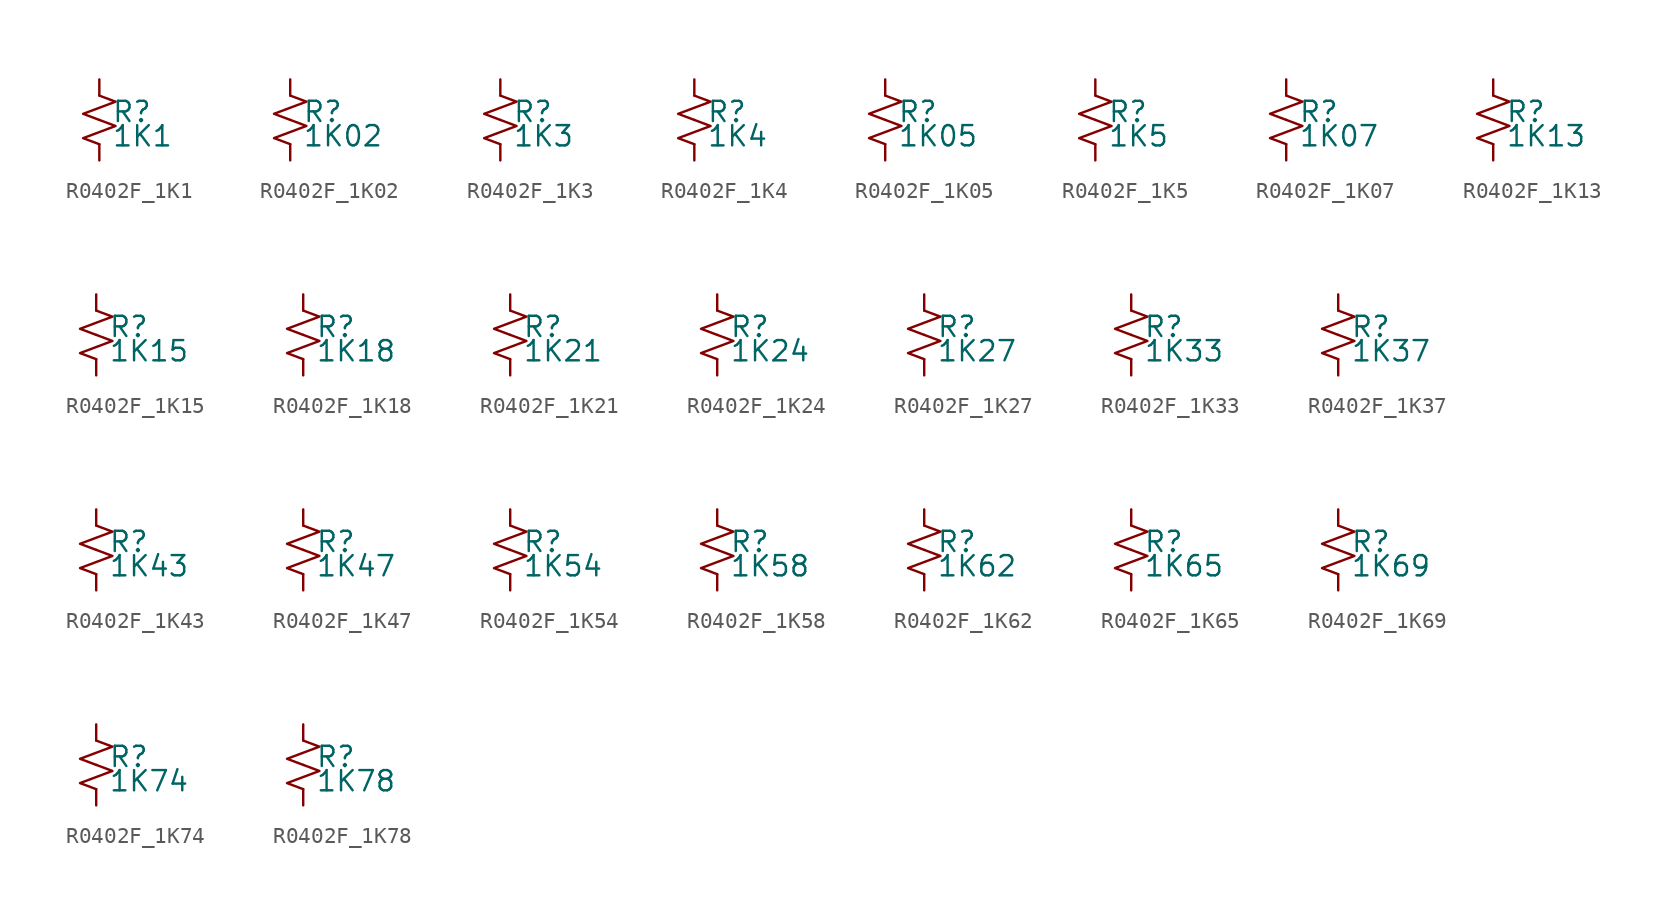
<source format=kicad_sym>
(kicad_symbol_lib
  (version 20220914)
  (generator kicad_symbol_editor)
  (symbol "R0402F_1K1"
    (pin_numbers hide)
    (pin_names
      (offset 0.254) hide)
    (property "Reference" "R"
      (at 0.762 0.508 0)
      (effects (font (size 1.27 1.27)) (justify left)))
    (property "Value" "1K1"
      (at 0.762 -1.016 0)
      (effects (font (size 1.27 1.27)) (justify left)))
    (symbol "R0402F_1K1_1_1"
      (polyline (pts (xy 0 0) (xy 1.016 -0.381) (xy 0 -0.762) (xy -1.016 -1.143) (xy 0 -1.524)) (stroke (width 0) (type default)) (fill (type none)))
      (polyline (pts (xy 0 1.524) (xy 1.016 1.143) (xy 0 0.762) (xy -1.016 0.381) (xy 0 0)) (stroke (width 0) (type default)) (fill (type none)))
      (pin passive line (at 0 2.54 270) (length 1.016) (name "~" (effects (font (size 1.27 1.27)))) (number "1" (effects (font (size 1.27 1.27)))))
      (pin passive line (at 0 -2.54 90) (length 1.016) (name "~" (effects (font (size 1.27 1.27)))) (number "2" (effects (font (size 1.27 1.27)))))))
  (symbol "R0402F_1K02"
    (pin_numbers hide)
    (pin_names
      (offset 0.254) hide)
    (property "Reference" "R"
      (at 0.762 0.508 0)
      (effects (font (size 1.27 1.27)) (justify left)))
    (property "Value" "1K02"
      (at 0.762 -1.016 0)
      (effects (font (size 1.27 1.27)) (justify left)))
    (symbol "R0402F_1K02_1_1"
      (polyline (pts (xy 0 0) (xy 1.016 -0.381) (xy 0 -0.762) (xy -1.016 -1.143) (xy 0 -1.524)) (stroke (width 0) (type default)) (fill (type none)))
      (polyline (pts (xy 0 1.524) (xy 1.016 1.143) (xy 0 0.762) (xy -1.016 0.381) (xy 0 0)) (stroke (width 0) (type default)) (fill (type none)))
      (pin passive line (at 0 2.54 270) (length 1.016) (name "~" (effects (font (size 1.27 1.27)))) (number "1" (effects (font (size 1.27 1.27)))))
      (pin passive line (at 0 -2.54 90) (length 1.016) (name "~" (effects (font (size 1.27 1.27)))) (number "2" (effects (font (size 1.27 1.27)))))))
  (symbol "R0402F_1K3"
    (pin_numbers hide)
    (pin_names
      (offset 0.254) hide)
    (property "Reference" "R"
      (at 0.762 0.508 0)
      (effects (font (size 1.27 1.27)) (justify left)))
    (property "Value" "1K3"
      (at 0.762 -1.016 0)
      (effects (font (size 1.27 1.27)) (justify left)))
    (symbol "R0402F_1K3_1_1"
      (polyline (pts (xy 0 0) (xy 1.016 -0.381) (xy 0 -0.762) (xy -1.016 -1.143) (xy 0 -1.524)) (stroke (width 0) (type default)) (fill (type none)))
      (polyline (pts (xy 0 1.524) (xy 1.016 1.143) (xy 0 0.762) (xy -1.016 0.381) (xy 0 0)) (stroke (width 0) (type default)) (fill (type none)))
      (pin passive line (at 0 2.54 270) (length 1.016) (name "~" (effects (font (size 1.27 1.27)))) (number "1" (effects (font (size 1.27 1.27)))))
      (pin passive line (at 0 -2.54 90) (length 1.016) (name "~" (effects (font (size 1.27 1.27)))) (number "2" (effects (font (size 1.27 1.27)))))))
  (symbol "R0402F_1K4"
    (pin_numbers hide)
    (pin_names
      (offset 0.254) hide)
    (property "Reference" "R"
      (at 0.762 0.508 0)
      (effects (font (size 1.27 1.27)) (justify left)))
    (property "Value" "1K4"
      (at 0.762 -1.016 0)
      (effects (font (size 1.27 1.27)) (justify left)))
    (symbol "R0402F_1K4_1_1"
      (polyline (pts (xy 0 0) (xy 1.016 -0.381) (xy 0 -0.762) (xy -1.016 -1.143) (xy 0 -1.524)) (stroke (width 0) (type default)) (fill (type none)))
      (polyline (pts (xy 0 1.524) (xy 1.016 1.143) (xy 0 0.762) (xy -1.016 0.381) (xy 0 0)) (stroke (width 0) (type default)) (fill (type none)))
      (pin passive line (at 0 2.54 270) (length 1.016) (name "~" (effects (font (size 1.27 1.27)))) (number "1" (effects (font (size 1.27 1.27)))))
      (pin passive line (at 0 -2.54 90) (length 1.016) (name "~" (effects (font (size 1.27 1.27)))) (number "2" (effects (font (size 1.27 1.27)))))))
  (symbol "R0402F_1K05"
    (pin_numbers hide)
    (pin_names
      (offset 0.254) hide)
    (property "Reference" "R"
      (at 0.762 0.508 0)
      (effects (font (size 1.27 1.27)) (justify left)))
    (property "Value" "1K05"
      (at 0.762 -1.016 0)
      (effects (font (size 1.27 1.27)) (justify left)))
    (symbol "R0402F_1K05_1_1"
      (polyline (pts (xy 0 0) (xy 1.016 -0.381) (xy 0 -0.762) (xy -1.016 -1.143) (xy 0 -1.524)) (stroke (width 0) (type default)) (fill (type none)))
      (polyline (pts (xy 0 1.524) (xy 1.016 1.143) (xy 0 0.762) (xy -1.016 0.381) (xy 0 0)) (stroke (width 0) (type default)) (fill (type none)))
      (pin passive line (at 0 2.54 270) (length 1.016) (name "~" (effects (font (size 1.27 1.27)))) (number "1" (effects (font (size 1.27 1.27)))))
      (pin passive line (at 0 -2.54 90) (length 1.016) (name "~" (effects (font (size 1.27 1.27)))) (number "2" (effects (font (size 1.27 1.27)))))))
  (symbol "R0402F_1K5"
    (pin_numbers hide)
    (pin_names
      (offset 0.254) hide)
    (property "Reference" "R"
      (at 0.762 0.508 0)
      (effects (font (size 1.27 1.27)) (justify left)))
    (property "Value" "1K5"
      (at 0.762 -1.016 0)
      (effects (font (size 1.27 1.27)) (justify left)))
    (symbol "R0402F_1K5_1_1"
      (polyline (pts (xy 0 0) (xy 1.016 -0.381) (xy 0 -0.762) (xy -1.016 -1.143) (xy 0 -1.524)) (stroke (width 0) (type default)) (fill (type none)))
      (polyline (pts (xy 0 1.524) (xy 1.016 1.143) (xy 0 0.762) (xy -1.016 0.381) (xy 0 0)) (stroke (width 0) (type default)) (fill (type none)))
      (pin passive line (at 0 2.54 270) (length 1.016) (name "~" (effects (font (size 1.27 1.27)))) (number "1" (effects (font (size 1.27 1.27)))))
      (pin passive line (at 0 -2.54 90) (length 1.016) (name "~" (effects (font (size 1.27 1.27)))) (number "2" (effects (font (size 1.27 1.27)))))))
  (symbol "R0402F_1K07"
    (pin_numbers hide)
    (pin_names
      (offset 0.254) hide)
    (property "Reference" "R"
      (at 0.762 0.508 0)
      (effects (font (size 1.27 1.27)) (justify left)))
    (property "Value" "1K07"
      (at 0.762 -1.016 0)
      (effects (font (size 1.27 1.27)) (justify left)))
    (symbol "R0402F_1K07_1_1"
      (polyline (pts (xy 0 0) (xy 1.016 -0.381) (xy 0 -0.762) (xy -1.016 -1.143) (xy 0 -1.524)) (stroke (width 0) (type default)) (fill (type none)))
      (polyline (pts (xy 0 1.524) (xy 1.016 1.143) (xy 0 0.762) (xy -1.016 0.381) (xy 0 0)) (stroke (width 0) (type default)) (fill (type none)))
      (pin passive line (at 0 2.54 270) (length 1.016) (name "~" (effects (font (size 1.27 1.27)))) (number "1" (effects (font (size 1.27 1.27)))))
      (pin passive line (at 0 -2.54 90) (length 1.016) (name "~" (effects (font (size 1.27 1.27)))) (number "2" (effects (font (size 1.27 1.27)))))))
  (symbol "R0402F_1K13"
    (pin_numbers hide)
    (pin_names
      (offset 0.254) hide)
    (property "Reference" "R"
      (at 0.762 0.508 0)
      (effects (font (size 1.27 1.27)) (justify left)))
    (property "Value" "1K13"
      (at 0.762 -1.016 0)
      (effects (font (size 1.27 1.27)) (justify left)))
    (symbol "R0402F_1K13_1_1"
      (polyline (pts (xy 0 0) (xy 1.016 -0.381) (xy 0 -0.762) (xy -1.016 -1.143) (xy 0 -1.524)) (stroke (width 0) (type default)) (fill (type none)))
      (polyline (pts (xy 0 1.524) (xy 1.016 1.143) (xy 0 0.762) (xy -1.016 0.381) (xy 0 0)) (stroke (width 0) (type default)) (fill (type none)))
      (pin passive line (at 0 2.54 270) (length 1.016) (name "~" (effects (font (size 1.27 1.27)))) (number "1" (effects (font (size 1.27 1.27)))))
      (pin passive line (at 0 -2.54 90) (length 1.016) (name "~" (effects (font (size 1.27 1.27)))) (number "2" (effects (font (size 1.27 1.27)))))))
  (symbol "R0402F_1K15"
    (pin_numbers hide)
    (pin_names
      (offset 0.254) hide)
    (property "Reference" "R"
      (at 0.762 0.508 0)
      (effects (font (size 1.27 1.27)) (justify left)))
    (property "Value" "1K15"
      (at 0.762 -1.016 0)
      (effects (font (size 1.27 1.27)) (justify left)))
    (symbol "R0402F_1K15_1_1"
      (polyline (pts (xy 0 0) (xy 1.016 -0.381) (xy 0 -0.762) (xy -1.016 -1.143) (xy 0 -1.524)) (stroke (width 0) (type default)) (fill (type none)))
      (polyline (pts (xy 0 1.524) (xy 1.016 1.143) (xy 0 0.762) (xy -1.016 0.381) (xy 0 0)) (stroke (width 0) (type default)) (fill (type none)))
      (pin passive line (at 0 2.54 270) (length 1.016) (name "~" (effects (font (size 1.27 1.27)))) (number "1" (effects (font (size 1.27 1.27)))))
      (pin passive line (at 0 -2.54 90) (length 1.016) (name "~" (effects (font (size 1.27 1.27)))) (number "2" (effects (font (size 1.27 1.27)))))))
  (symbol "R0402F_1K18"
    (pin_numbers hide)
    (pin_names
      (offset 0.254) hide)
    (property "Reference" "R"
      (at 0.762 0.508 0)
      (effects (font (size 1.27 1.27)) (justify left)))
    (property "Value" "1K18"
      (at 0.762 -1.016 0)
      (effects (font (size 1.27 1.27)) (justify left)))
    (symbol "R0402F_1K18_1_1"
      (polyline (pts (xy 0 0) (xy 1.016 -0.381) (xy 0 -0.762) (xy -1.016 -1.143) (xy 0 -1.524)) (stroke (width 0) (type default)) (fill (type none)))
      (polyline (pts (xy 0 1.524) (xy 1.016 1.143) (xy 0 0.762) (xy -1.016 0.381) (xy 0 0)) (stroke (width 0) (type default)) (fill (type none)))
      (pin passive line (at 0 2.54 270) (length 1.016) (name "~" (effects (font (size 1.27 1.27)))) (number "1" (effects (font (size 1.27 1.27)))))
      (pin passive line (at 0 -2.54 90) (length 1.016) (name "~" (effects (font (size 1.27 1.27)))) (number "2" (effects (font (size 1.27 1.27)))))))
  (symbol "R0402F_1K21"
    (pin_numbers hide)
    (pin_names
      (offset 0.254) hide)
    (property "Reference" "R"
      (at 0.762 0.508 0)
      (effects (font (size 1.27 1.27)) (justify left)))
    (property "Value" "1K21"
      (at 0.762 -1.016 0)
      (effects (font (size 1.27 1.27)) (justify left)))
    (symbol "R0402F_1K21_1_1"
      (polyline (pts (xy 0 0) (xy 1.016 -0.381) (xy 0 -0.762) (xy -1.016 -1.143) (xy 0 -1.524)) (stroke (width 0) (type default)) (fill (type none)))
      (polyline (pts (xy 0 1.524) (xy 1.016 1.143) (xy 0 0.762) (xy -1.016 0.381) (xy 0 0)) (stroke (width 0) (type default)) (fill (type none)))
      (pin passive line (at 0 2.54 270) (length 1.016) (name "~" (effects (font (size 1.27 1.27)))) (number "1" (effects (font (size 1.27 1.27)))))
      (pin passive line (at 0 -2.54 90) (length 1.016) (name "~" (effects (font (size 1.27 1.27)))) (number "2" (effects (font (size 1.27 1.27)))))))
  (symbol "R0402F_1K24"
    (pin_numbers hide)
    (pin_names
      (offset 0.254) hide)
    (property "Reference" "R"
      (at 0.762 0.508 0)
      (effects (font (size 1.27 1.27)) (justify left)))
    (property "Value" "1K24"
      (at 0.762 -1.016 0)
      (effects (font (size 1.27 1.27)) (justify left)))
    (symbol "R0402F_1K24_1_1"
      (polyline (pts (xy 0 0) (xy 1.016 -0.381) (xy 0 -0.762) (xy -1.016 -1.143) (xy 0 -1.524)) (stroke (width 0) (type default)) (fill (type none)))
      (polyline (pts (xy 0 1.524) (xy 1.016 1.143) (xy 0 0.762) (xy -1.016 0.381) (xy 0 0)) (stroke (width 0) (type default)) (fill (type none)))
      (pin passive line (at 0 2.54 270) (length 1.016) (name "~" (effects (font (size 1.27 1.27)))) (number "1" (effects (font (size 1.27 1.27)))))
      (pin passive line (at 0 -2.54 90) (length 1.016) (name "~" (effects (font (size 1.27 1.27)))) (number "2" (effects (font (size 1.27 1.27)))))))
  (symbol "R0402F_1K27"
    (pin_numbers hide)
    (pin_names
      (offset 0.254) hide)
    (property "Reference" "R"
      (at 0.762 0.508 0)
      (effects (font (size 1.27 1.27)) (justify left)))
    (property "Value" "1K27"
      (at 0.762 -1.016 0)
      (effects (font (size 1.27 1.27)) (justify left)))
    (symbol "R0402F_1K27_1_1"
      (polyline (pts (xy 0 0) (xy 1.016 -0.381) (xy 0 -0.762) (xy -1.016 -1.143) (xy 0 -1.524)) (stroke (width 0) (type default)) (fill (type none)))
      (polyline (pts (xy 0 1.524) (xy 1.016 1.143) (xy 0 0.762) (xy -1.016 0.381) (xy 0 0)) (stroke (width 0) (type default)) (fill (type none)))
      (pin passive line (at 0 2.54 270) (length 1.016) (name "~" (effects (font (size 1.27 1.27)))) (number "1" (effects (font (size 1.27 1.27)))))
      (pin passive line (at 0 -2.54 90) (length 1.016) (name "~" (effects (font (size 1.27 1.27)))) (number "2" (effects (font (size 1.27 1.27)))))))
  (symbol "R0402F_1K33"
    (pin_numbers hide)
    (pin_names
      (offset 0.254) hide)
    (property "Reference" "R"
      (at 0.762 0.508 0)
      (effects (font (size 1.27 1.27)) (justify left)))
    (property "Value" "1K33"
      (at 0.762 -1.016 0)
      (effects (font (size 1.27 1.27)) (justify left)))
    (symbol "R0402F_1K33_1_1"
      (polyline (pts (xy 0 0) (xy 1.016 -0.381) (xy 0 -0.762) (xy -1.016 -1.143) (xy 0 -1.524)) (stroke (width 0) (type default)) (fill (type none)))
      (polyline (pts (xy 0 1.524) (xy 1.016 1.143) (xy 0 0.762) (xy -1.016 0.381) (xy 0 0)) (stroke (width 0) (type default)) (fill (type none)))
      (pin passive line (at 0 2.54 270) (length 1.016) (name "~" (effects (font (size 1.27 1.27)))) (number "1" (effects (font (size 1.27 1.27)))))
      (pin passive line (at 0 -2.54 90) (length 1.016) (name "~" (effects (font (size 1.27 1.27)))) (number "2" (effects (font (size 1.27 1.27)))))))
  (symbol "R0402F_1K37"
    (pin_numbers hide)
    (pin_names
      (offset 0.254) hide)
    (property "Reference" "R"
      (at 0.762 0.508 0)
      (effects (font (size 1.27 1.27)) (justify left)))
    (property "Value" "1K37"
      (at 0.762 -1.016 0)
      (effects (font (size 1.27 1.27)) (justify left)))
    (symbol "R0402F_1K37_1_1"
      (polyline (pts (xy 0 0) (xy 1.016 -0.381) (xy 0 -0.762) (xy -1.016 -1.143) (xy 0 -1.524)) (stroke (width 0) (type default)) (fill (type none)))
      (polyline (pts (xy 0 1.524) (xy 1.016 1.143) (xy 0 0.762) (xy -1.016 0.381) (xy 0 0)) (stroke (width 0) (type default)) (fill (type none)))
      (pin passive line (at 0 2.54 270) (length 1.016) (name "~" (effects (font (size 1.27 1.27)))) (number "1" (effects (font (size 1.27 1.27)))))
      (pin passive line (at 0 -2.54 90) (length 1.016) (name "~" (effects (font (size 1.27 1.27)))) (number "2" (effects (font (size 1.27 1.27)))))))
  (symbol "R0402F_1K43"
    (pin_numbers hide)
    (pin_names
      (offset 0.254) hide)
    (property "Reference" "R"
      (at 0.762 0.508 0)
      (effects (font (size 1.27 1.27)) (justify left)))
    (property "Value" "1K43"
      (at 0.762 -1.016 0)
      (effects (font (size 1.27 1.27)) (justify left)))
    (symbol "R0402F_1K43_1_1"
      (polyline (pts (xy 0 0) (xy 1.016 -0.381) (xy 0 -0.762) (xy -1.016 -1.143) (xy 0 -1.524)) (stroke (width 0) (type default)) (fill (type none)))
      (polyline (pts (xy 0 1.524) (xy 1.016 1.143) (xy 0 0.762) (xy -1.016 0.381) (xy 0 0)) (stroke (width 0) (type default)) (fill (type none)))
      (pin passive line (at 0 2.54 270) (length 1.016) (name "~" (effects (font (size 1.27 1.27)))) (number "1" (effects (font (size 1.27 1.27)))))
      (pin passive line (at 0 -2.54 90) (length 1.016) (name "~" (effects (font (size 1.27 1.27)))) (number "2" (effects (font (size 1.27 1.27)))))))
  (symbol "R0402F_1K47"
    (pin_numbers hide)
    (pin_names
      (offset 0.254) hide)
    (property "Reference" "R"
      (at 0.762 0.508 0)
      (effects (font (size 1.27 1.27)) (justify left)))
    (property "Value" "1K47"
      (at 0.762 -1.016 0)
      (effects (font (size 1.27 1.27)) (justify left)))
    (symbol "R0402F_1K47_1_1"
      (polyline (pts (xy 0 0) (xy 1.016 -0.381) (xy 0 -0.762) (xy -1.016 -1.143) (xy 0 -1.524)) (stroke (width 0) (type default)) (fill (type none)))
      (polyline (pts (xy 0 1.524) (xy 1.016 1.143) (xy 0 0.762) (xy -1.016 0.381) (xy 0 0)) (stroke (width 0) (type default)) (fill (type none)))
      (pin passive line (at 0 2.54 270) (length 1.016) (name "~" (effects (font (size 1.27 1.27)))) (number "1" (effects (font (size 1.27 1.27)))))
      (pin passive line (at 0 -2.54 90) (length 1.016) (name "~" (effects (font (size 1.27 1.27)))) (number "2" (effects (font (size 1.27 1.27)))))))
  (symbol "R0402F_1K54"
    (pin_numbers hide)
    (pin_names
      (offset 0.254) hide)
    (property "Reference" "R"
      (at 0.762 0.508 0)
      (effects (font (size 1.27 1.27)) (justify left)))
    (property "Value" "1K54"
      (at 0.762 -1.016 0)
      (effects (font (size 1.27 1.27)) (justify left)))
    (symbol "R0402F_1K54_1_1"
      (polyline (pts (xy 0 0) (xy 1.016 -0.381) (xy 0 -0.762) (xy -1.016 -1.143) (xy 0 -1.524)) (stroke (width 0) (type default)) (fill (type none)))
      (polyline (pts (xy 0 1.524) (xy 1.016 1.143) (xy 0 0.762) (xy -1.016 0.381) (xy 0 0)) (stroke (width 0) (type default)) (fill (type none)))
      (pin passive line (at 0 2.54 270) (length 1.016) (name "~" (effects (font (size 1.27 1.27)))) (number "1" (effects (font (size 1.27 1.27)))))
      (pin passive line (at 0 -2.54 90) (length 1.016) (name "~" (effects (font (size 1.27 1.27)))) (number "2" (effects (font (size 1.27 1.27)))))))
  (symbol "R0402F_1K58"
    (pin_numbers hide)
    (pin_names
      (offset 0.254) hide)
    (property "Reference" "R"
      (at 0.762 0.508 0)
      (effects (font (size 1.27 1.27)) (justify left)))
    (property "Value" "1K58"
      (at 0.762 -1.016 0)
      (effects (font (size 1.27 1.27)) (justify left)))
    (symbol "R0402F_1K58_1_1"
      (polyline (pts (xy 0 0) (xy 1.016 -0.381) (xy 0 -0.762) (xy -1.016 -1.143) (xy 0 -1.524)) (stroke (width 0) (type default)) (fill (type none)))
      (polyline (pts (xy 0 1.524) (xy 1.016 1.143) (xy 0 0.762) (xy -1.016 0.381) (xy 0 0)) (stroke (width 0) (type default)) (fill (type none)))
      (pin passive line (at 0 2.54 270) (length 1.016) (name "~" (effects (font (size 1.27 1.27)))) (number "1" (effects (font (size 1.27 1.27)))))
      (pin passive line (at 0 -2.54 90) (length 1.016) (name "~" (effects (font (size 1.27 1.27)))) (number "2" (effects (font (size 1.27 1.27)))))))
  (symbol "R0402F_1K62"
    (pin_numbers hide)
    (pin_names
      (offset 0.254) hide)
    (property "Reference" "R"
      (at 0.762 0.508 0)
      (effects (font (size 1.27 1.27)) (justify left)))
    (property "Value" "1K62"
      (at 0.762 -1.016 0)
      (effects (font (size 1.27 1.27)) (justify left)))
    (symbol "R0402F_1K62_1_1"
      (polyline (pts (xy 0 0) (xy 1.016 -0.381) (xy 0 -0.762) (xy -1.016 -1.143) (xy 0 -1.524)) (stroke (width 0) (type default)) (fill (type none)))
      (polyline (pts (xy 0 1.524) (xy 1.016 1.143) (xy 0 0.762) (xy -1.016 0.381) (xy 0 0)) (stroke (width 0) (type default)) (fill (type none)))
      (pin passive line (at 0 2.54 270) (length 1.016) (name "~" (effects (font (size 1.27 1.27)))) (number "1" (effects (font (size 1.27 1.27)))))
      (pin passive line (at 0 -2.54 90) (length 1.016) (name "~" (effects (font (size 1.27 1.27)))) (number "2" (effects (font (size 1.27 1.27)))))))
  (symbol "R0402F_1K65"
    (pin_numbers hide)
    (pin_names
      (offset 0.254) hide)
    (property "Reference" "R"
      (at 0.762 0.508 0)
      (effects (font (size 1.27 1.27)) (justify left)))
    (property "Value" "1K65"
      (at 0.762 -1.016 0)
      (effects (font (size 1.27 1.27)) (justify left)))
    (symbol "R0402F_1K65_1_1"
      (polyline (pts (xy 0 0) (xy 1.016 -0.381) (xy 0 -0.762) (xy -1.016 -1.143) (xy 0 -1.524)) (stroke (width 0) (type default)) (fill (type none)))
      (polyline (pts (xy 0 1.524) (xy 1.016 1.143) (xy 0 0.762) (xy -1.016 0.381) (xy 0 0)) (stroke (width 0) (type default)) (fill (type none)))
      (pin passive line (at 0 2.54 270) (length 1.016) (name "~" (effects (font (size 1.27 1.27)))) (number "1" (effects (font (size 1.27 1.27)))))
      (pin passive line (at 0 -2.54 90) (length 1.016) (name "~" (effects (font (size 1.27 1.27)))) (number "2" (effects (font (size 1.27 1.27)))))))
  (symbol "R0402F_1K69"
    (pin_numbers hide)
    (pin_names
      (offset 0.254) hide)
    (property "Reference" "R"
      (at 0.762 0.508 0)
      (effects (font (size 1.27 1.27)) (justify left)))
    (property "Value" "1K69"
      (at 0.762 -1.016 0)
      (effects (font (size 1.27 1.27)) (justify left)))
    (symbol "R0402F_1K69_1_1"
      (polyline (pts (xy 0 0) (xy 1.016 -0.381) (xy 0 -0.762) (xy -1.016 -1.143) (xy 0 -1.524)) (stroke (width 0) (type default)) (fill (type none)))
      (polyline (pts (xy 0 1.524) (xy 1.016 1.143) (xy 0 0.762) (xy -1.016 0.381) (xy 0 0)) (stroke (width 0) (type default)) (fill (type none)))
      (pin passive line (at 0 2.54 270) (length 1.016) (name "~" (effects (font (size 1.27 1.27)))) (number "1" (effects (font (size 1.27 1.27)))))
      (pin passive line (at 0 -2.54 90) (length 1.016) (name "~" (effects (font (size 1.27 1.27)))) (number "2" (effects (font (size 1.27 1.27)))))))
  (symbol "R0402F_1K74"
    (pin_numbers hide)
    (pin_names
      (offset 0.254) hide)
    (property "Reference" "R"
      (at 0.762 0.508 0)
      (effects (font (size 1.27 1.27)) (justify left)))
    (property "Value" "1K74"
      (at 0.762 -1.016 0)
      (effects (font (size 1.27 1.27)) (justify left)))
    (symbol "R0402F_1K74_1_1"
      (polyline (pts (xy 0 0) (xy 1.016 -0.381) (xy 0 -0.762) (xy -1.016 -1.143) (xy 0 -1.524)) (stroke (width 0) (type default)) (fill (type none)))
      (polyline (pts (xy 0 1.524) (xy 1.016 1.143) (xy 0 0.762) (xy -1.016 0.381) (xy 0 0)) (stroke (width 0) (type default)) (fill (type none)))
      (pin passive line (at 0 2.54 270) (length 1.016) (name "~" (effects (font (size 1.27 1.27)))) (number "1" (effects (font (size 1.27 1.27)))))
      (pin passive line (at 0 -2.54 90) (length 1.016) (name "~" (effects (font (size 1.27 1.27)))) (number "2" (effects (font (size 1.27 1.27)))))))
  (symbol "R0402F_1K78"
    (pin_numbers hide)
    (pin_names
      (offset 0.254) hide)
    (property "Reference" "R"
      (at 0.762 0.508 0)
      (effects (font (size 1.27 1.27)) (justify left)))
    (property "Value" "1K78"
      (at 0.762 -1.016 0)
      (effects (font (size 1.27 1.27)) (justify left)))
    (symbol "R0402F_1K78_1_1"
      (polyline (pts (xy 0 0) (xy 1.016 -0.381) (xy 0 -0.762) (xy -1.016 -1.143) (xy 0 -1.524)) (stroke (width 0) (type default)) (fill (type none)))
      (polyline (pts (xy 0 1.524) (xy 1.016 1.143) (xy 0 0.762) (xy -1.016 0.381) (xy 0 0)) (stroke (width 0) (type default)) (fill (type none)))
      (pin passive line (at 0 2.54 270) (length 1.016) (name "~" (effects (font (size 1.27 1.27)))) (number "1" (effects (font (size 1.27 1.27)))))
      (pin passive line (at 0 -2.54 90) (length 1.016) (name "~" (effects (font (size 1.27 1.27)))) (number "2" (effects (font (size 1.27 1.27))))))))
</source>
